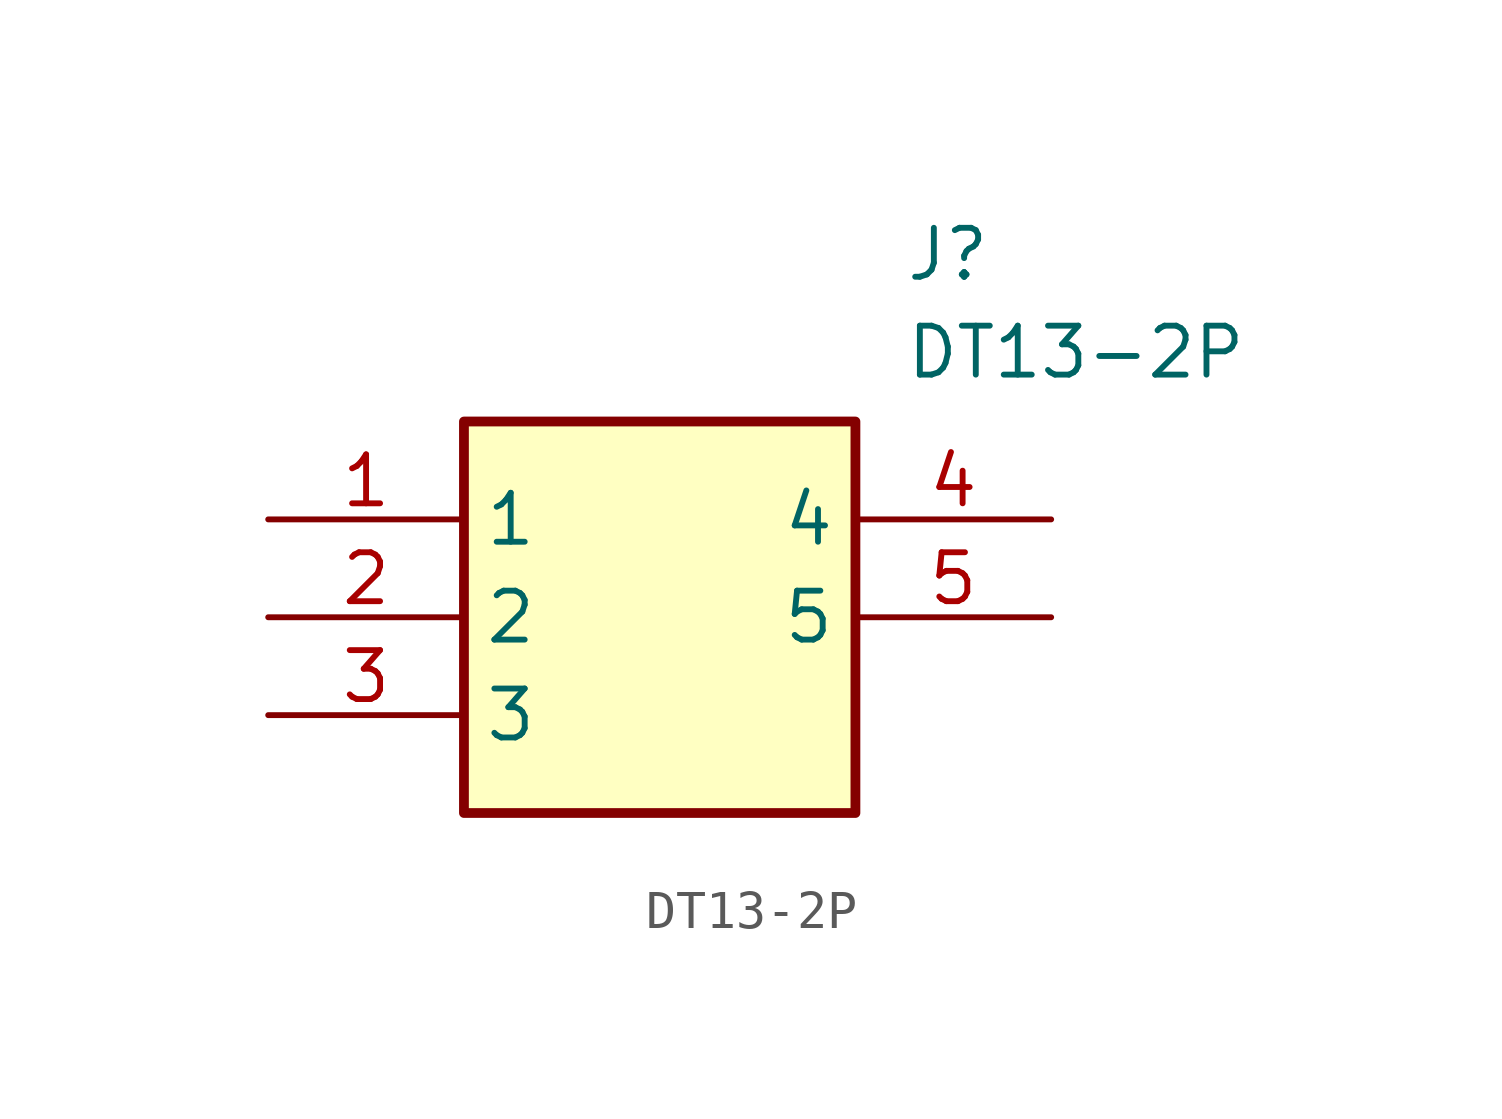
<source format=kicad_sym>
(kicad_symbol_lib
  (version 20211014)
  (generator SamacSys_ECAD_Model)
  (symbol "DT13-2P"
    (property "Reference" "J"
      (at 16.51 7.62 0)
      (effects (font (size 1.27 1.27)) (justify left top)))
    (property "Value" "DT13-2P"
      (at 16.51 5.08 0)
      (effects (font (size 1.27 1.27)) (justify left top)))
    (rectangle
      (start 5.08 2.54)
      (end 15.24 -7.62)
      (stroke (width 0.254) (type default))
      (fill (type background)))
    (pin passive line
      (at 0 0 0)
      (length 5.08)
      (name "1" (effects (font (size 1.27 1.27))))
      (number "1" (effects (font (size 1.27 1.27)))))
    (pin passive line
      (at 0 -2.54 0)
      (length 5.08)
      (name "2" (effects (font (size 1.27 1.27))))
      (number "2" (effects (font (size 1.27 1.27)))))
    (pin passive line
      (at 0 -5.08 0)
      (length 5.08)
      (name "3" (effects (font (size 1.27 1.27))))
      (number "3" (effects (font (size 1.27 1.27)))))
    (pin passive line
      (at 20.32 0 180)
      (length 5.08)
      (name "4" (effects (font (size 1.27 1.27))))
      (number "4" (effects (font (size 1.27 1.27)))))
    (pin passive line
      (at 20.32 -2.54 180)
      (length 5.08)
      (name "5" (effects (font (size 1.27 1.27))))
      (number "5" (effects (font (size 1.27 1.27)))))))
</source>
